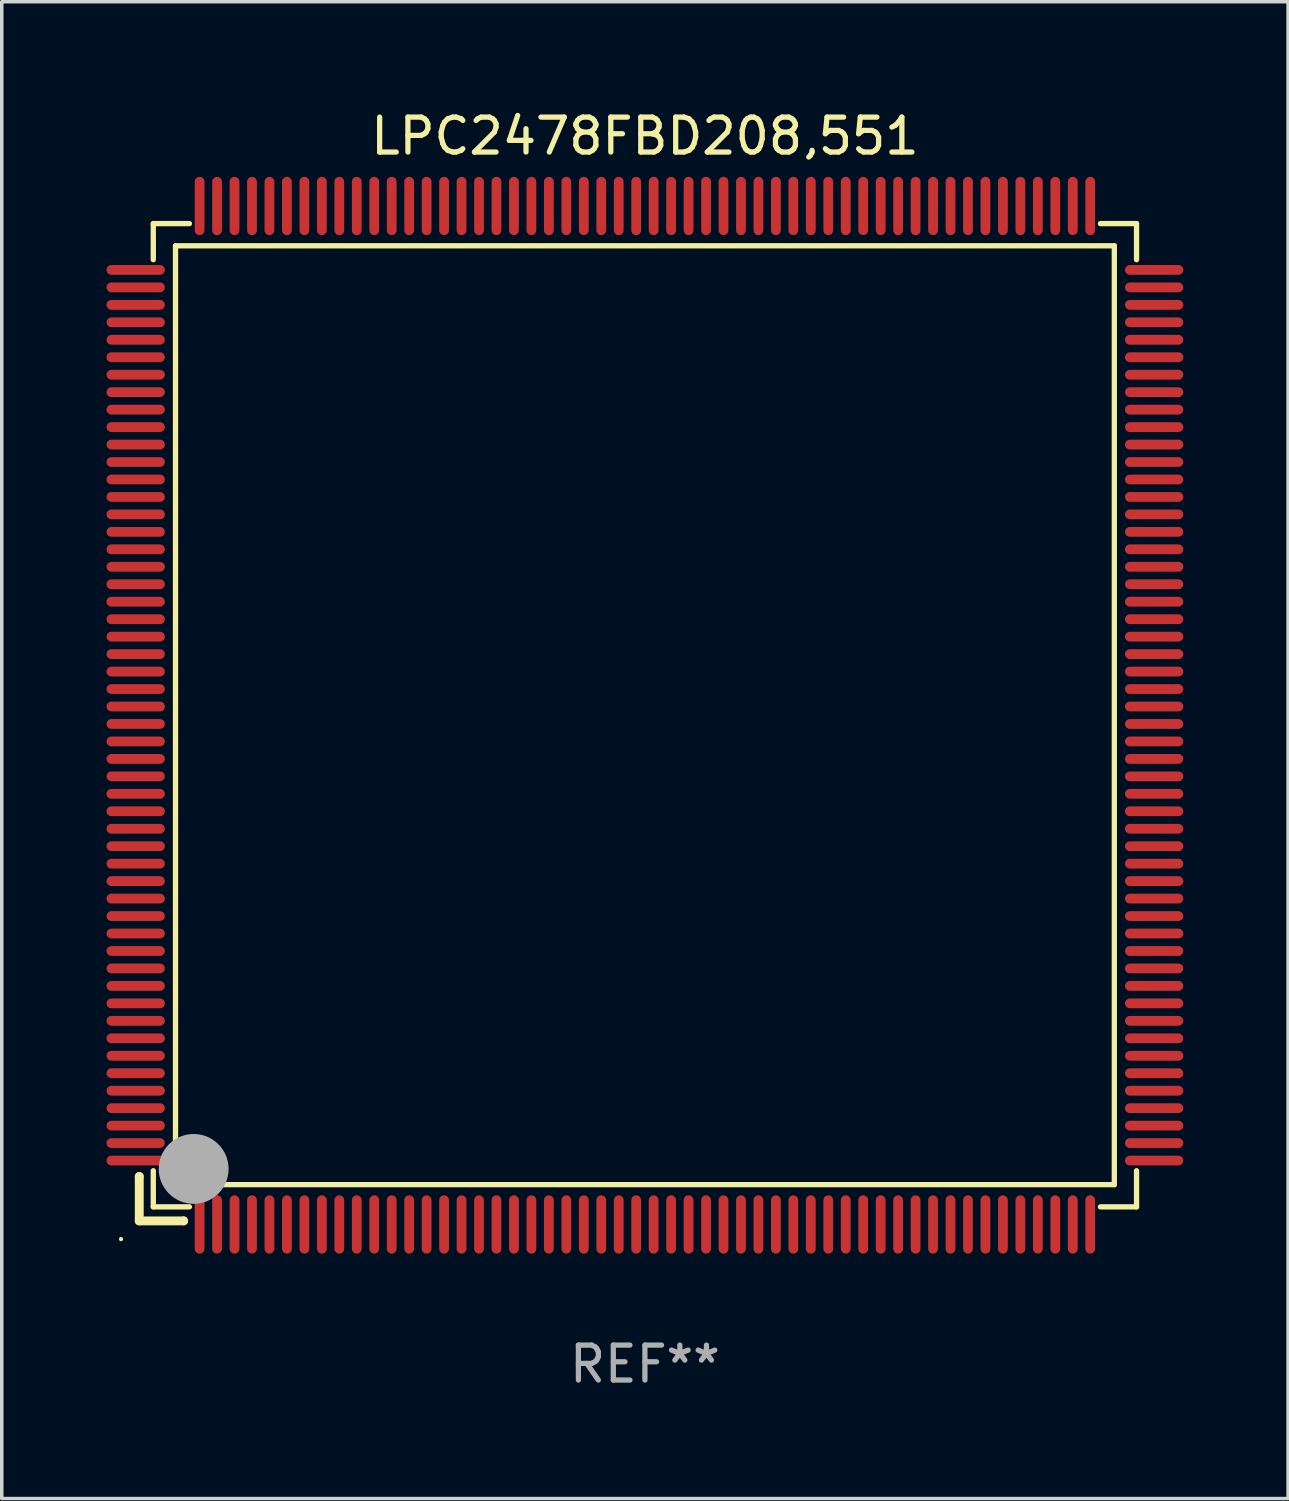
<source format=kicad_pcb>
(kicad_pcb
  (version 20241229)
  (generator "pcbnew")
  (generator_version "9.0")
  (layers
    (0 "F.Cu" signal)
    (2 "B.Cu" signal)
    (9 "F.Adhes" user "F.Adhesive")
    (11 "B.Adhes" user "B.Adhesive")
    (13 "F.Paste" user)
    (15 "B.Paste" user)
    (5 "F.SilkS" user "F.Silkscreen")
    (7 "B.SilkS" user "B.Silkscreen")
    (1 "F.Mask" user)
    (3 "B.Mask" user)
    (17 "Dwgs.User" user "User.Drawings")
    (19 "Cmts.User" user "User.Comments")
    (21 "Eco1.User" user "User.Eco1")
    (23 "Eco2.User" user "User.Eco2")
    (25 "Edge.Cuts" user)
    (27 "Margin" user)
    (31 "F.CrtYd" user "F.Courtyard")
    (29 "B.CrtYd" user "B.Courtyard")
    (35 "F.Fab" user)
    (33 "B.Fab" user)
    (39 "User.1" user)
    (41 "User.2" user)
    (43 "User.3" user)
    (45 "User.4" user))
  (footprint "LPC2478FBD208,551"
    (layer "F.Cu")
    (at 15.415 17.428)
    (property "Reference" "LPC2478FBD208,551" (at 0 -16.58 0) (layer "F.SilkS") (effects (font (size 1 1) (thickness 0.15))))
    (attr through_hole)
    (fp_line (start -14.478 13.208) (end -14.478 13.208) (stroke (width 0.254) (type solid)) (layer "F.SilkS"))
    (fp_line (start -14.478 13.208) (end -14.478 14.478) (stroke (width 0.254) (type solid)) (layer "F.SilkS"))
    (fp_line (start -14.478 14.478) (end -13.208 14.478) (stroke (width 0.254) (type solid)) (layer "F.SilkS"))
    (fp_line (start -14.076 -14.076) (end -14.076 -13.042) (stroke (width 0.152) (type solid)) (layer "F.SilkS"))
    (fp_line (start -14.076 14.076) (end -14.076 13.042) (stroke (width 0.152) (type solid)) (layer "F.SilkS"))
    (fp_line (start -13.44 -13.44) (end 13.44 -13.44) (stroke (width 0.152) (type solid)) (layer "F.SilkS"))
    (fp_line (start -13.44 13.44) (end -13.44 -13.44) (stroke (width 0.152) (type solid)) (layer "F.SilkS"))
    (fp_line (start -13.208 14.478) (end -13.208 14.478) (stroke (width 0.254) (type solid)) (layer "F.SilkS"))
    (fp_line (start -13.042 -14.076) (end -14.076 -14.076) (stroke (width 0.152) (type solid)) (layer "F.SilkS"))
    (fp_line (start -13.042 14.076) (end -14.076 14.076) (stroke (width 0.152) (type solid)) (layer "F.SilkS"))
    (fp_line (start 13.042 -14.076) (end 14.076 -14.076) (stroke (width 0.152) (type solid)) (layer "F.SilkS"))
    (fp_line (start 13.042 14.076) (end 14.076 14.076) (stroke (width 0.152) (type solid)) (layer "F.SilkS"))
    (fp_line (start 13.44 -13.44) (end 13.44 13.44) (stroke (width 0.152) (type solid)) (layer "F.SilkS"))
    (fp_line (start 13.44 13.44) (end -13.44 13.44) (stroke (width 0.152) (type solid)) (layer "F.SilkS"))
    (fp_line (start 14.076 -14.076) (end 14.076 -13.042) (stroke (width 0.152) (type solid)) (layer "F.SilkS"))
    (fp_line (start 14.076 14.076) (end 14.076 13.042) (stroke (width 0.152) (type solid)) (layer "F.SilkS"))
    (fp_circle (center -15 15) (end -14.97 15) (stroke (width 0.06) (type solid)) (fill no) (layer "F.SilkS"))
    (fp_circle (center -13.138 13.138) (end -13.063 13.138) (stroke (width 0.15) (type solid)) (fill no) (layer "F.SilkS"))
    (fp_circle (center -12.92 12.99) (end -12.42 12.99) (stroke (width 1) (type solid)) (fill no) (layer "F.Fab"))
    (fp_text user "REF**" (at 0 18.58 0) (layer "F.Fab") (effects (font (size 1 1) (thickness 0.15))))
    (pad "1" smd oval (at -12.75 14.58) (size 0.28 1.67) (layers "F.Cu" "F.Mask" "F.Paste"))
    (pad "2" smd oval (at -12.25 14.58) (size 0.28 1.67) (layers "F.Cu" "F.Mask" "F.Paste"))
    (pad "3" smd oval (at -11.75 14.58) (size 0.28 1.67) (layers "F.Cu" "F.Mask" "F.Paste"))
    (pad "4" smd oval (at -11.25 14.58) (size 0.28 1.67) (layers "F.Cu" "F.Mask" "F.Paste"))
    (pad "5" smd oval (at -10.75 14.58) (size 0.28 1.67) (layers "F.Cu" "F.Mask" "F.Paste"))
    (pad "6" smd oval (at -10.25 14.58) (size 0.28 1.67) (layers "F.Cu" "F.Mask" "F.Paste"))
    (pad "7" smd oval (at -9.75 14.58) (size 0.28 1.67) (layers "F.Cu" "F.Mask" "F.Paste"))
    (pad "8" smd oval (at -9.25 14.58) (size 0.28 1.67) (layers "F.Cu" "F.Mask" "F.Paste"))
    (pad "9" smd oval (at -8.75 14.58) (size 0.28 1.67) (layers "F.Cu" "F.Mask" "F.Paste"))
    (pad "10" smd oval (at -8.25 14.58) (size 0.28 1.67) (layers "F.Cu" "F.Mask" "F.Paste"))
    (pad "11" smd oval (at -7.75 14.58) (size 0.28 1.67) (layers "F.Cu" "F.Mask" "F.Paste"))
    (pad "12" smd oval (at -7.25 14.58) (size 0.28 1.67) (layers "F.Cu" "F.Mask" "F.Paste"))
    (pad "13" smd oval (at -6.75 14.58) (size 0.28 1.67) (layers "F.Cu" "F.Mask" "F.Paste"))
    (pad "14" smd oval (at -6.25 14.58) (size 0.28 1.67) (layers "F.Cu" "F.Mask" "F.Paste"))
    (pad "15" smd oval (at -5.75 14.58) (size 0.28 1.67) (layers "F.Cu" "F.Mask" "F.Paste"))
    (pad "16" smd oval (at -5.25 14.58) (size 0.28 1.67) (layers "F.Cu" "F.Mask" "F.Paste"))
    (pad "17" smd oval (at -4.75 14.58) (size 0.28 1.67) (layers "F.Cu" "F.Mask" "F.Paste"))
    (pad "18" smd oval (at -4.25 14.58) (size 0.28 1.67) (layers "F.Cu" "F.Mask" "F.Paste"))
    (pad "19" smd oval (at -3.75 14.58) (size 0.28 1.67) (layers "F.Cu" "F.Mask" "F.Paste"))
    (pad "20" smd oval (at -3.25 14.58) (size 0.28 1.67) (layers "F.Cu" "F.Mask" "F.Paste"))
    (pad "21" smd oval (at -2.75 14.58) (size 0.28 1.67) (layers "F.Cu" "F.Mask" "F.Paste"))
    (pad "22" smd oval (at -2.25 14.58) (size 0.28 1.67) (layers "F.Cu" "F.Mask" "F.Paste"))
    (pad "23" smd oval (at -1.75 14.58) (size 0.28 1.67) (layers "F.Cu" "F.Mask" "F.Paste"))
    (pad "24" smd oval (at -1.25 14.58) (size 0.28 1.67) (layers "F.Cu" "F.Mask" "F.Paste"))
    (pad "25" smd oval (at -0.75 14.58) (size 0.28 1.67) (layers "F.Cu" "F.Mask" "F.Paste"))
    (pad "26" smd oval (at -0.25 14.58) (size 0.28 1.67) (layers "F.Cu" "F.Mask" "F.Paste"))
    (pad "27" smd oval (at 0.25 14.58) (size 0.28 1.67) (layers "F.Cu" "F.Mask" "F.Paste"))
    (pad "28" smd oval (at 0.75 14.58) (size 0.28 1.67) (layers "F.Cu" "F.Mask" "F.Paste"))
    (pad "29" smd oval (at 1.25 14.58) (size 0.28 1.67) (layers "F.Cu" "F.Mask" "F.Paste"))
    (pad "30" smd oval (at 1.75 14.58) (size 0.28 1.67) (layers "F.Cu" "F.Mask" "F.Paste"))
    (pad "31" smd oval (at 2.25 14.58) (size 0.28 1.67) (layers "F.Cu" "F.Mask" "F.Paste"))
    (pad "32" smd oval (at 2.75 14.58) (size 0.28 1.67) (layers "F.Cu" "F.Mask" "F.Paste"))
    (pad "33" smd oval (at 3.25 14.58) (size 0.28 1.67) (layers "F.Cu" "F.Mask" "F.Paste"))
    (pad "34" smd oval (at 3.75 14.58) (size 0.28 1.67) (layers "F.Cu" "F.Mask" "F.Paste"))
    (pad "35" smd oval (at 4.25 14.58) (size 0.28 1.67) (layers "F.Cu" "F.Mask" "F.Paste"))
    (pad "36" smd oval (at 4.75 14.58) (size 0.28 1.67) (layers "F.Cu" "F.Mask" "F.Paste"))
    (pad "37" smd oval (at 5.25 14.58) (size 0.28 1.67) (layers "F.Cu" "F.Mask" "F.Paste"))
    (pad "38" smd oval (at 5.75 14.58) (size 0.28 1.67) (layers "F.Cu" "F.Mask" "F.Paste"))
    (pad "39" smd oval (at 6.25 14.58) (size 0.28 1.67) (layers "F.Cu" "F.Mask" "F.Paste"))
    (pad "40" smd oval (at 6.75 14.58) (size 0.28 1.67) (layers "F.Cu" "F.Mask" "F.Paste"))
    (pad "41" smd oval (at 7.25 14.58) (size 0.28 1.67) (layers "F.Cu" "F.Mask" "F.Paste"))
    (pad "42" smd oval (at 7.75 14.58) (size 0.28 1.67) (layers "F.Cu" "F.Mask" "F.Paste"))
    (pad "43" smd oval (at 8.25 14.58) (size 0.28 1.67) (layers "F.Cu" "F.Mask" "F.Paste"))
    (pad "44" smd oval (at 8.75 14.58) (size 0.28 1.67) (layers "F.Cu" "F.Mask" "F.Paste"))
    (pad "45" smd oval (at 9.25 14.58) (size 0.28 1.67) (layers "F.Cu" "F.Mask" "F.Paste"))
    (pad "46" smd oval (at 9.75 14.58) (size 0.28 1.67) (layers "F.Cu" "F.Mask" "F.Paste"))
    (pad "47" smd oval (at 10.25 14.58) (size 0.28 1.67) (layers "F.Cu" "F.Mask" "F.Paste"))
    (pad "48" smd oval (at 10.75 14.58) (size 0.28 1.67) (layers "F.Cu" "F.Mask" "F.Paste"))
    (pad "49" smd oval (at 11.25 14.58) (size 0.28 1.67) (layers "F.Cu" "F.Mask" "F.Paste"))
    (pad "50" smd oval (at 11.75 14.58) (size 0.28 1.67) (layers "F.Cu" "F.Mask" "F.Paste"))
    (pad "51" smd oval (at 12.25 14.58) (size 0.28 1.67) (layers "F.Cu" "F.Mask" "F.Paste"))
    (pad "52" smd oval (at 12.75 14.58) (size 0.28 1.67) (layers "F.Cu" "F.Mask" "F.Paste"))
    (pad "53" smd oval (at 14.58 12.75) (size 1.67 0.28) (layers "F.Cu" "F.Mask" "F.Paste"))
    (pad "54" smd oval (at 14.58 12.25) (size 1.67 0.28) (layers "F.Cu" "F.Mask" "F.Paste"))
    (pad "55" smd oval (at 14.58 11.75) (size 1.67 0.28) (layers "F.Cu" "F.Mask" "F.Paste"))
    (pad "56" smd oval (at 14.58 11.25) (size 1.67 0.28) (layers "F.Cu" "F.Mask" "F.Paste"))
    (pad "57" smd oval (at 14.58 10.75) (size 1.67 0.28) (layers "F.Cu" "F.Mask" "F.Paste"))
    (pad "58" smd oval (at 14.58 10.25) (size 1.67 0.28) (layers "F.Cu" "F.Mask" "F.Paste"))
    (pad "59" smd oval (at 14.58 9.75) (size 1.67 0.28) (layers "F.Cu" "F.Mask" "F.Paste"))
    (pad "60" smd oval (at 14.58 9.25) (size 1.67 0.28) (layers "F.Cu" "F.Mask" "F.Paste"))
    (pad "61" smd oval (at 14.58 8.75) (size 1.67 0.28) (layers "F.Cu" "F.Mask" "F.Paste"))
    (pad "62" smd oval (at 14.58 8.25) (size 1.67 0.28) (layers "F.Cu" "F.Mask" "F.Paste"))
    (pad "63" smd oval (at 14.58 7.75) (size 1.67 0.28) (layers "F.Cu" "F.Mask" "F.Paste"))
    (pad "64" smd oval (at 14.58 7.25) (size 1.67 0.28) (layers "F.Cu" "F.Mask" "F.Paste"))
    (pad "65" smd oval (at 14.58 6.75) (size 1.67 0.28) (layers "F.Cu" "F.Mask" "F.Paste"))
    (pad "66" smd oval (at 14.58 6.25) (size 1.67 0.28) (layers "F.Cu" "F.Mask" "F.Paste"))
    (pad "67" smd oval (at 14.58 5.75) (size 1.67 0.28) (layers "F.Cu" "F.Mask" "F.Paste"))
    (pad "68" smd oval (at 14.58 5.25) (size 1.67 0.28) (layers "F.Cu" "F.Mask" "F.Paste"))
    (pad "69" smd oval (at 14.58 4.75) (size 1.67 0.28) (layers "F.Cu" "F.Mask" "F.Paste"))
    (pad "70" smd oval (at 14.58 4.25) (size 1.67 0.28) (layers "F.Cu" "F.Mask" "F.Paste"))
    (pad "71" smd oval (at 14.58 3.75) (size 1.67 0.28) (layers "F.Cu" "F.Mask" "F.Paste"))
    (pad "72" smd oval (at 14.58 3.25) (size 1.67 0.28) (layers "F.Cu" "F.Mask" "F.Paste"))
    (pad "73" smd oval (at 14.58 2.75) (size 1.67 0.28) (layers "F.Cu" "F.Mask" "F.Paste"))
    (pad "74" smd oval (at 14.58 2.25) (size 1.67 0.28) (layers "F.Cu" "F.Mask" "F.Paste"))
    (pad "75" smd oval (at 14.58 1.75) (size 1.67 0.28) (layers "F.Cu" "F.Mask" "F.Paste"))
    (pad "76" smd oval (at 14.58 1.25) (size 1.67 0.28) (layers "F.Cu" "F.Mask" "F.Paste"))
    (pad "77" smd oval (at 14.58 0.75) (size 1.67 0.28) (layers "F.Cu" "F.Mask" "F.Paste"))
    (pad "78" smd oval (at 14.58 0.25) (size 1.67 0.28) (layers "F.Cu" "F.Mask" "F.Paste"))
    (pad "79" smd oval (at 14.58 -0.25) (size 1.67 0.28) (layers "F.Cu" "F.Mask" "F.Paste"))
    (pad "80" smd oval (at 14.58 -0.75) (size 1.67 0.28) (layers "F.Cu" "F.Mask" "F.Paste"))
    (pad "81" smd oval (at 14.58 -1.25) (size 1.67 0.28) (layers "F.Cu" "F.Mask" "F.Paste"))
    (pad "82" smd oval (at 14.58 -1.75) (size 1.67 0.28) (layers "F.Cu" "F.Mask" "F.Paste"))
    (pad "83" smd oval (at 14.58 -2.25) (size 1.67 0.28) (layers "F.Cu" "F.Mask" "F.Paste"))
    (pad "84" smd oval (at 14.58 -2.75) (size 1.67 0.28) (layers "F.Cu" "F.Mask" "F.Paste"))
    (pad "85" smd oval (at 14.58 -3.25) (size 1.67 0.28) (layers "F.Cu" "F.Mask" "F.Paste"))
    (pad "86" smd oval (at 14.58 -3.75) (size 1.67 0.28) (layers "F.Cu" "F.Mask" "F.Paste"))
    (pad "87" smd oval (at 14.58 -4.25) (size 1.67 0.28) (layers "F.Cu" "F.Mask" "F.Paste"))
    (pad "88" smd oval (at 14.58 -4.75) (size 1.67 0.28) (layers "F.Cu" "F.Mask" "F.Paste"))
    (pad "89" smd oval (at 14.58 -5.25) (size 1.67 0.28) (layers "F.Cu" "F.Mask" "F.Paste"))
    (pad "90" smd oval (at 14.58 -5.75) (size 1.67 0.28) (layers "F.Cu" "F.Mask" "F.Paste"))
    (pad "91" smd oval (at 14.58 -6.25) (size 1.67 0.28) (layers "F.Cu" "F.Mask" "F.Paste"))
    (pad "92" smd oval (at 14.58 -6.75) (size 1.67 0.28) (layers "F.Cu" "F.Mask" "F.Paste"))
    (pad "93" smd oval (at 14.58 -7.25) (size 1.67 0.28) (layers "F.Cu" "F.Mask" "F.Paste"))
    (pad "94" smd oval (at 14.58 -7.75) (size 1.67 0.28) (layers "F.Cu" "F.Mask" "F.Paste"))
    (pad "95" smd oval (at 14.58 -8.25) (size 1.67 0.28) (layers "F.Cu" "F.Mask" "F.Paste"))
    (pad "96" smd oval (at 14.58 -8.75) (size 1.67 0.28) (layers "F.Cu" "F.Mask" "F.Paste"))
    (pad "97" smd oval (at 14.58 -9.25) (size 1.67 0.28) (layers "F.Cu" "F.Mask" "F.Paste"))
    (pad "98" smd oval (at 14.58 -9.75) (size 1.67 0.28) (layers "F.Cu" "F.Mask" "F.Paste"))
    (pad "99" smd oval (at 14.58 -10.25) (size 1.67 0.28) (layers "F.Cu" "F.Mask" "F.Paste"))
    (pad "100" smd oval (at 14.58 -10.75) (size 1.67 0.28) (layers "F.Cu" "F.Mask" "F.Paste"))
    (pad "101" smd oval (at 14.58 -11.25) (size 1.67 0.28) (layers "F.Cu" "F.Mask" "F.Paste"))
    (pad "102" smd oval (at 14.58 -11.75) (size 1.67 0.28) (layers "F.Cu" "F.Mask" "F.Paste"))
    (pad "103" smd oval (at 14.58 -12.25) (size 1.67 0.28) (layers "F.Cu" "F.Mask" "F.Paste"))
    (pad "104" smd oval (at 14.58 -12.75) (size 1.67 0.28) (layers "F.Cu" "F.Mask" "F.Paste"))
    (pad "105" smd oval (at 12.75 -14.58) (size 0.28 1.67) (layers "F.Cu" "F.Mask" "F.Paste"))
    (pad "106" smd oval (at 12.25 -14.58) (size 0.28 1.67) (layers "F.Cu" "F.Mask" "F.Paste"))
    (pad "107" smd oval (at 11.75 -14.58) (size 0.28 1.67) (layers "F.Cu" "F.Mask" "F.Paste"))
    (pad "108" smd oval (at 11.25 -14.58) (size 0.28 1.67) (layers "F.Cu" "F.Mask" "F.Paste"))
    (pad "109" smd oval (at 10.75 -14.58) (size 0.28 1.67) (layers "F.Cu" "F.Mask" "F.Paste"))
    (pad "110" smd oval (at 10.25 -14.58) (size 0.28 1.67) (layers "F.Cu" "F.Mask" "F.Paste"))
    (pad "111" smd oval (at 9.75 -14.58) (size 0.28 1.67) (layers "F.Cu" "F.Mask" "F.Paste"))
    (pad "112" smd oval (at 9.25 -14.58) (size 0.28 1.67) (layers "F.Cu" "F.Mask" "F.Paste"))
    (pad "113" smd oval (at 8.75 -14.58) (size 0.28 1.67) (layers "F.Cu" "F.Mask" "F.Paste"))
    (pad "114" smd oval (at 8.25 -14.58) (size 0.28 1.67) (layers "F.Cu" "F.Mask" "F.Paste"))
    (pad "115" smd oval (at 7.75 -14.58) (size 0.28 1.67) (layers "F.Cu" "F.Mask" "F.Paste"))
    (pad "116" smd oval (at 7.25 -14.58) (size 0.28 1.67) (layers "F.Cu" "F.Mask" "F.Paste"))
    (pad "117" smd oval (at 6.75 -14.58) (size 0.28 1.67) (layers "F.Cu" "F.Mask" "F.Paste"))
    (pad "118" smd oval (at 6.25 -14.58) (size 0.28 1.67) (layers "F.Cu" "F.Mask" "F.Paste"))
    (pad "119" smd oval (at 5.75 -14.58) (size 0.28 1.67) (layers "F.Cu" "F.Mask" "F.Paste"))
    (pad "120" smd oval (at 5.25 -14.58) (size 0.28 1.67) (layers "F.Cu" "F.Mask" "F.Paste"))
    (pad "121" smd oval (at 4.75 -14.58) (size 0.28 1.67) (layers "F.Cu" "F.Mask" "F.Paste"))
    (pad "122" smd oval (at 4.25 -14.58) (size 0.28 1.67) (layers "F.Cu" "F.Mask" "F.Paste"))
    (pad "123" smd oval (at 3.75 -14.58) (size 0.28 1.67) (layers "F.Cu" "F.Mask" "F.Paste"))
    (pad "124" smd oval (at 3.25 -14.58) (size 0.28 1.67) (layers "F.Cu" "F.Mask" "F.Paste"))
    (pad "125" smd oval (at 2.75 -14.58) (size 0.28 1.67) (layers "F.Cu" "F.Mask" "F.Paste"))
    (pad "126" smd oval (at 2.25 -14.58) (size 0.28 1.67) (layers "F.Cu" "F.Mask" "F.Paste"))
    (pad "127" smd oval (at 1.75 -14.58) (size 0.28 1.67) (layers "F.Cu" "F.Mask" "F.Paste"))
    (pad "128" smd oval (at 1.25 -14.58) (size 0.28 1.67) (layers "F.Cu" "F.Mask" "F.Paste"))
    (pad "129" smd oval (at 0.75 -14.58) (size 0.28 1.67) (layers "F.Cu" "F.Mask" "F.Paste"))
    (pad "130" smd oval (at 0.25 -14.58) (size 0.28 1.67) (layers "F.Cu" "F.Mask" "F.Paste"))
    (pad "131" smd oval (at -0.25 -14.58) (size 0.28 1.67) (layers "F.Cu" "F.Mask" "F.Paste"))
    (pad "132" smd oval (at -0.75 -14.58) (size 0.28 1.67) (layers "F.Cu" "F.Mask" "F.Paste"))
    (pad "133" smd oval (at -1.25 -14.58) (size 0.28 1.67) (layers "F.Cu" "F.Mask" "F.Paste"))
    (pad "134" smd oval (at -1.75 -14.58) (size 0.28 1.67) (layers "F.Cu" "F.Mask" "F.Paste"))
    (pad "135" smd oval (at -2.25 -14.58) (size 0.28 1.67) (layers "F.Cu" "F.Mask" "F.Paste"))
    (pad "136" smd oval (at -2.75 -14.58) (size 0.28 1.67) (layers "F.Cu" "F.Mask" "F.Paste"))
    (pad "137" smd oval (at -3.25 -14.58) (size 0.28 1.67) (layers "F.Cu" "F.Mask" "F.Paste"))
    (pad "138" smd oval (at -3.75 -14.58) (size 0.28 1.67) (layers "F.Cu" "F.Mask" "F.Paste"))
    (pad "139" smd oval (at -4.25 -14.58) (size 0.28 1.67) (layers "F.Cu" "F.Mask" "F.Paste"))
    (pad "140" smd oval (at -4.75 -14.58) (size 0.28 1.67) (layers "F.Cu" "F.Mask" "F.Paste"))
    (pad "141" smd oval (at -5.25 -14.58) (size 0.28 1.67) (layers "F.Cu" "F.Mask" "F.Paste"))
    (pad "142" smd oval (at -5.75 -14.58) (size 0.28 1.67) (layers "F.Cu" "F.Mask" "F.Paste"))
    (pad "143" smd oval (at -6.25 -14.58) (size 0.28 1.67) (layers "F.Cu" "F.Mask" "F.Paste"))
    (pad "144" smd oval (at -6.75 -14.58) (size 0.28 1.67) (layers "F.Cu" "F.Mask" "F.Paste"))
    (pad "145" smd oval (at -7.25 -14.58) (size 0.28 1.67) (layers "F.Cu" "F.Mask" "F.Paste"))
    (pad "146" smd oval (at -7.75 -14.58) (size 0.28 1.67) (layers "F.Cu" "F.Mask" "F.Paste"))
    (pad "147" smd oval (at -8.25 -14.58) (size 0.28 1.67) (layers "F.Cu" "F.Mask" "F.Paste"))
    (pad "148" smd oval (at -8.75 -14.58) (size 0.28 1.67) (layers "F.Cu" "F.Mask" "F.Paste"))
    (pad "149" smd oval (at -9.25 -14.58) (size 0.28 1.67) (layers "F.Cu" "F.Mask" "F.Paste"))
    (pad "150" smd oval (at -9.75 -14.58) (size 0.28 1.67) (layers "F.Cu" "F.Mask" "F.Paste"))
    (pad "151" smd oval (at -10.25 -14.58) (size 0.28 1.67) (layers "F.Cu" "F.Mask" "F.Paste"))
    (pad "152" smd oval (at -10.75 -14.58) (size 0.28 1.67) (layers "F.Cu" "F.Mask" "F.Paste"))
    (pad "153" smd oval (at -11.25 -14.58) (size 0.28 1.67) (layers "F.Cu" "F.Mask" "F.Paste"))
    (pad "154" smd oval (at -11.75 -14.58) (size 0.28 1.67) (layers "F.Cu" "F.Mask" "F.Paste"))
    (pad "155" smd oval (at -12.25 -14.58) (size 0.28 1.67) (layers "F.Cu" "F.Mask" "F.Paste"))
    (pad "156" smd oval (at -12.75 -14.58) (size 0.28 1.67) (layers "F.Cu" "F.Mask" "F.Paste"))
    (pad "157" smd oval (at -14.58 -12.75) (size 1.67 0.28) (layers "F.Cu" "F.Mask" "F.Paste"))
    (pad "158" smd oval (at -14.58 -12.25) (size 1.67 0.28) (layers "F.Cu" "F.Mask" "F.Paste"))
    (pad "159" smd oval (at -14.58 -11.75) (size 1.67 0.28) (layers "F.Cu" "F.Mask" "F.Paste"))
    (pad "160" smd oval (at -14.58 -11.25) (size 1.67 0.28) (layers "F.Cu" "F.Mask" "F.Paste"))
    (pad "161" smd oval (at -14.58 -10.75) (size 1.67 0.28) (layers "F.Cu" "F.Mask" "F.Paste"))
    (pad "162" smd oval (at -14.58 -10.25) (size 1.67 0.28) (layers "F.Cu" "F.Mask" "F.Paste"))
    (pad "163" smd oval (at -14.58 -9.75) (size 1.67 0.28) (layers "F.Cu" "F.Mask" "F.Paste"))
    (pad "164" smd oval (at -14.58 -9.25) (size 1.67 0.28) (layers "F.Cu" "F.Mask" "F.Paste"))
    (pad "165" smd oval (at -14.58 -8.75) (size 1.67 0.28) (layers "F.Cu" "F.Mask" "F.Paste"))
    (pad "166" smd oval (at -14.58 -8.25) (size 1.67 0.28) (layers "F.Cu" "F.Mask" "F.Paste"))
    (pad "167" smd oval (at -14.58 -7.75) (size 1.67 0.28) (layers "F.Cu" "F.Mask" "F.Paste"))
    (pad "168" smd oval (at -14.58 -7.25) (size 1.67 0.28) (layers "F.Cu" "F.Mask" "F.Paste"))
    (pad "169" smd oval (at -14.58 -6.75) (size 1.67 0.28) (layers "F.Cu" "F.Mask" "F.Paste"))
    (pad "170" smd oval (at -14.58 -6.25) (size 1.67 0.28) (layers "F.Cu" "F.Mask" "F.Paste"))
    (pad "171" smd oval (at -14.58 -5.75) (size 1.67 0.28) (layers "F.Cu" "F.Mask" "F.Paste"))
    (pad "172" smd oval (at -14.58 -5.25) (size 1.67 0.28) (layers "F.Cu" "F.Mask" "F.Paste"))
    (pad "173" smd oval (at -14.58 -4.75) (size 1.67 0.28) (layers "F.Cu" "F.Mask" "F.Paste"))
    (pad "174" smd oval (at -14.58 -4.25) (size 1.67 0.28) (layers "F.Cu" "F.Mask" "F.Paste"))
    (pad "175" smd oval (at -14.58 -3.75) (size 1.67 0.28) (layers "F.Cu" "F.Mask" "F.Paste"))
    (pad "176" smd oval (at -14.58 -3.25) (size 1.67 0.28) (layers "F.Cu" "F.Mask" "F.Paste"))
    (pad "177" smd oval (at -14.58 -2.75) (size 1.67 0.28) (layers "F.Cu" "F.Mask" "F.Paste"))
    (pad "178" smd oval (at -14.58 -2.25) (size 1.67 0.28) (layers "F.Cu" "F.Mask" "F.Paste"))
    (pad "179" smd oval (at -14.58 -1.75) (size 1.67 0.28) (layers "F.Cu" "F.Mask" "F.Paste"))
    (pad "180" smd oval (at -14.58 -1.25) (size 1.67 0.28) (layers "F.Cu" "F.Mask" "F.Paste"))
    (pad "181" smd oval (at -14.58 -0.75) (size 1.67 0.28) (layers "F.Cu" "F.Mask" "F.Paste"))
    (pad "182" smd oval (at -14.58 -0.25) (size 1.67 0.28) (layers "F.Cu" "F.Mask" "F.Paste"))
    (pad "183" smd oval (at -14.58 0.25) (size 1.67 0.28) (layers "F.Cu" "F.Mask" "F.Paste"))
    (pad "184" smd oval (at -14.58 0.75) (size 1.67 0.28) (layers "F.Cu" "F.Mask" "F.Paste"))
    (pad "185" smd oval (at -14.58 1.25) (size 1.67 0.28) (layers "F.Cu" "F.Mask" "F.Paste"))
    (pad "186" smd oval (at -14.58 1.75) (size 1.67 0.28) (layers "F.Cu" "F.Mask" "F.Paste"))
    (pad "187" smd oval (at -14.58 2.25) (size 1.67 0.28) (layers "F.Cu" "F.Mask" "F.Paste"))
    (pad "188" smd oval (at -14.58 2.75) (size 1.67 0.28) (layers "F.Cu" "F.Mask" "F.Paste"))
    (pad "189" smd oval (at -14.58 3.25) (size 1.67 0.28) (layers "F.Cu" "F.Mask" "F.Paste"))
    (pad "190" smd oval (at -14.58 3.75) (size 1.67 0.28) (layers "F.Cu" "F.Mask" "F.Paste"))
    (pad "191" smd oval (at -14.58 4.25) (size 1.67 0.28) (layers "F.Cu" "F.Mask" "F.Paste"))
    (pad "192" smd oval (at -14.58 4.75) (size 1.67 0.28) (layers "F.Cu" "F.Mask" "F.Paste"))
    (pad "193" smd oval (at -14.58 5.25) (size 1.67 0.28) (layers "F.Cu" "F.Mask" "F.Paste"))
    (pad "194" smd oval (at -14.58 5.75) (size 1.67 0.28) (layers "F.Cu" "F.Mask" "F.Paste"))
    (pad "195" smd oval (at -14.58 6.25) (size 1.67 0.28) (layers "F.Cu" "F.Mask" "F.Paste"))
    (pad "196" smd oval (at -14.58 6.75) (size 1.67 0.28) (layers "F.Cu" "F.Mask" "F.Paste"))
    (pad "197" smd oval (at -14.58 7.25) (size 1.67 0.28) (layers "F.Cu" "F.Mask" "F.Paste"))
    (pad "198" smd oval (at -14.58 7.75) (size 1.67 0.28) (layers "F.Cu" "F.Mask" "F.Paste"))
    (pad "199" smd oval (at -14.58 8.25) (size 1.67 0.28) (layers "F.Cu" "F.Mask" "F.Paste"))
    (pad "200" smd oval (at -14.58 8.75) (size 1.67 0.28) (layers "F.Cu" "F.Mask" "F.Paste"))
    (pad "201" smd oval (at -14.58 9.25) (size 1.67 0.28) (layers "F.Cu" "F.Mask" "F.Paste"))
    (pad "202" smd oval (at -14.58 9.75) (size 1.67 0.28) (layers "F.Cu" "F.Mask" "F.Paste"))
    (pad "203" smd oval (at -14.58 10.25) (size 1.67 0.28) (layers "F.Cu" "F.Mask" "F.Paste"))
    (pad "204" smd oval (at -14.58 10.75) (size 1.67 0.28) (layers "F.Cu" "F.Mask" "F.Paste"))
    (pad "205" smd oval (at -14.58 11.25) (size 1.67 0.28) (layers "F.Cu" "F.Mask" "F.Paste"))
    (pad "206" smd oval (at -14.58 11.75) (size 1.67 0.28) (layers "F.Cu" "F.Mask" "F.Paste"))
    (pad "207" smd oval (at -14.58 12.25) (size 1.67 0.28) (layers "F.Cu" "F.Mask" "F.Paste"))
    (pad "208" smd oval (at -14.58 12.75) (size 1.67 0.28) (layers "F.Cu" "F.Mask" "F.Paste")))
  (gr_rect
    (start -3 -3)
    (end 33.83 39.856)
    (stroke (width 0.1) (type default))
    (fill no)
    (layer "Edge.Cuts")))
</source>
